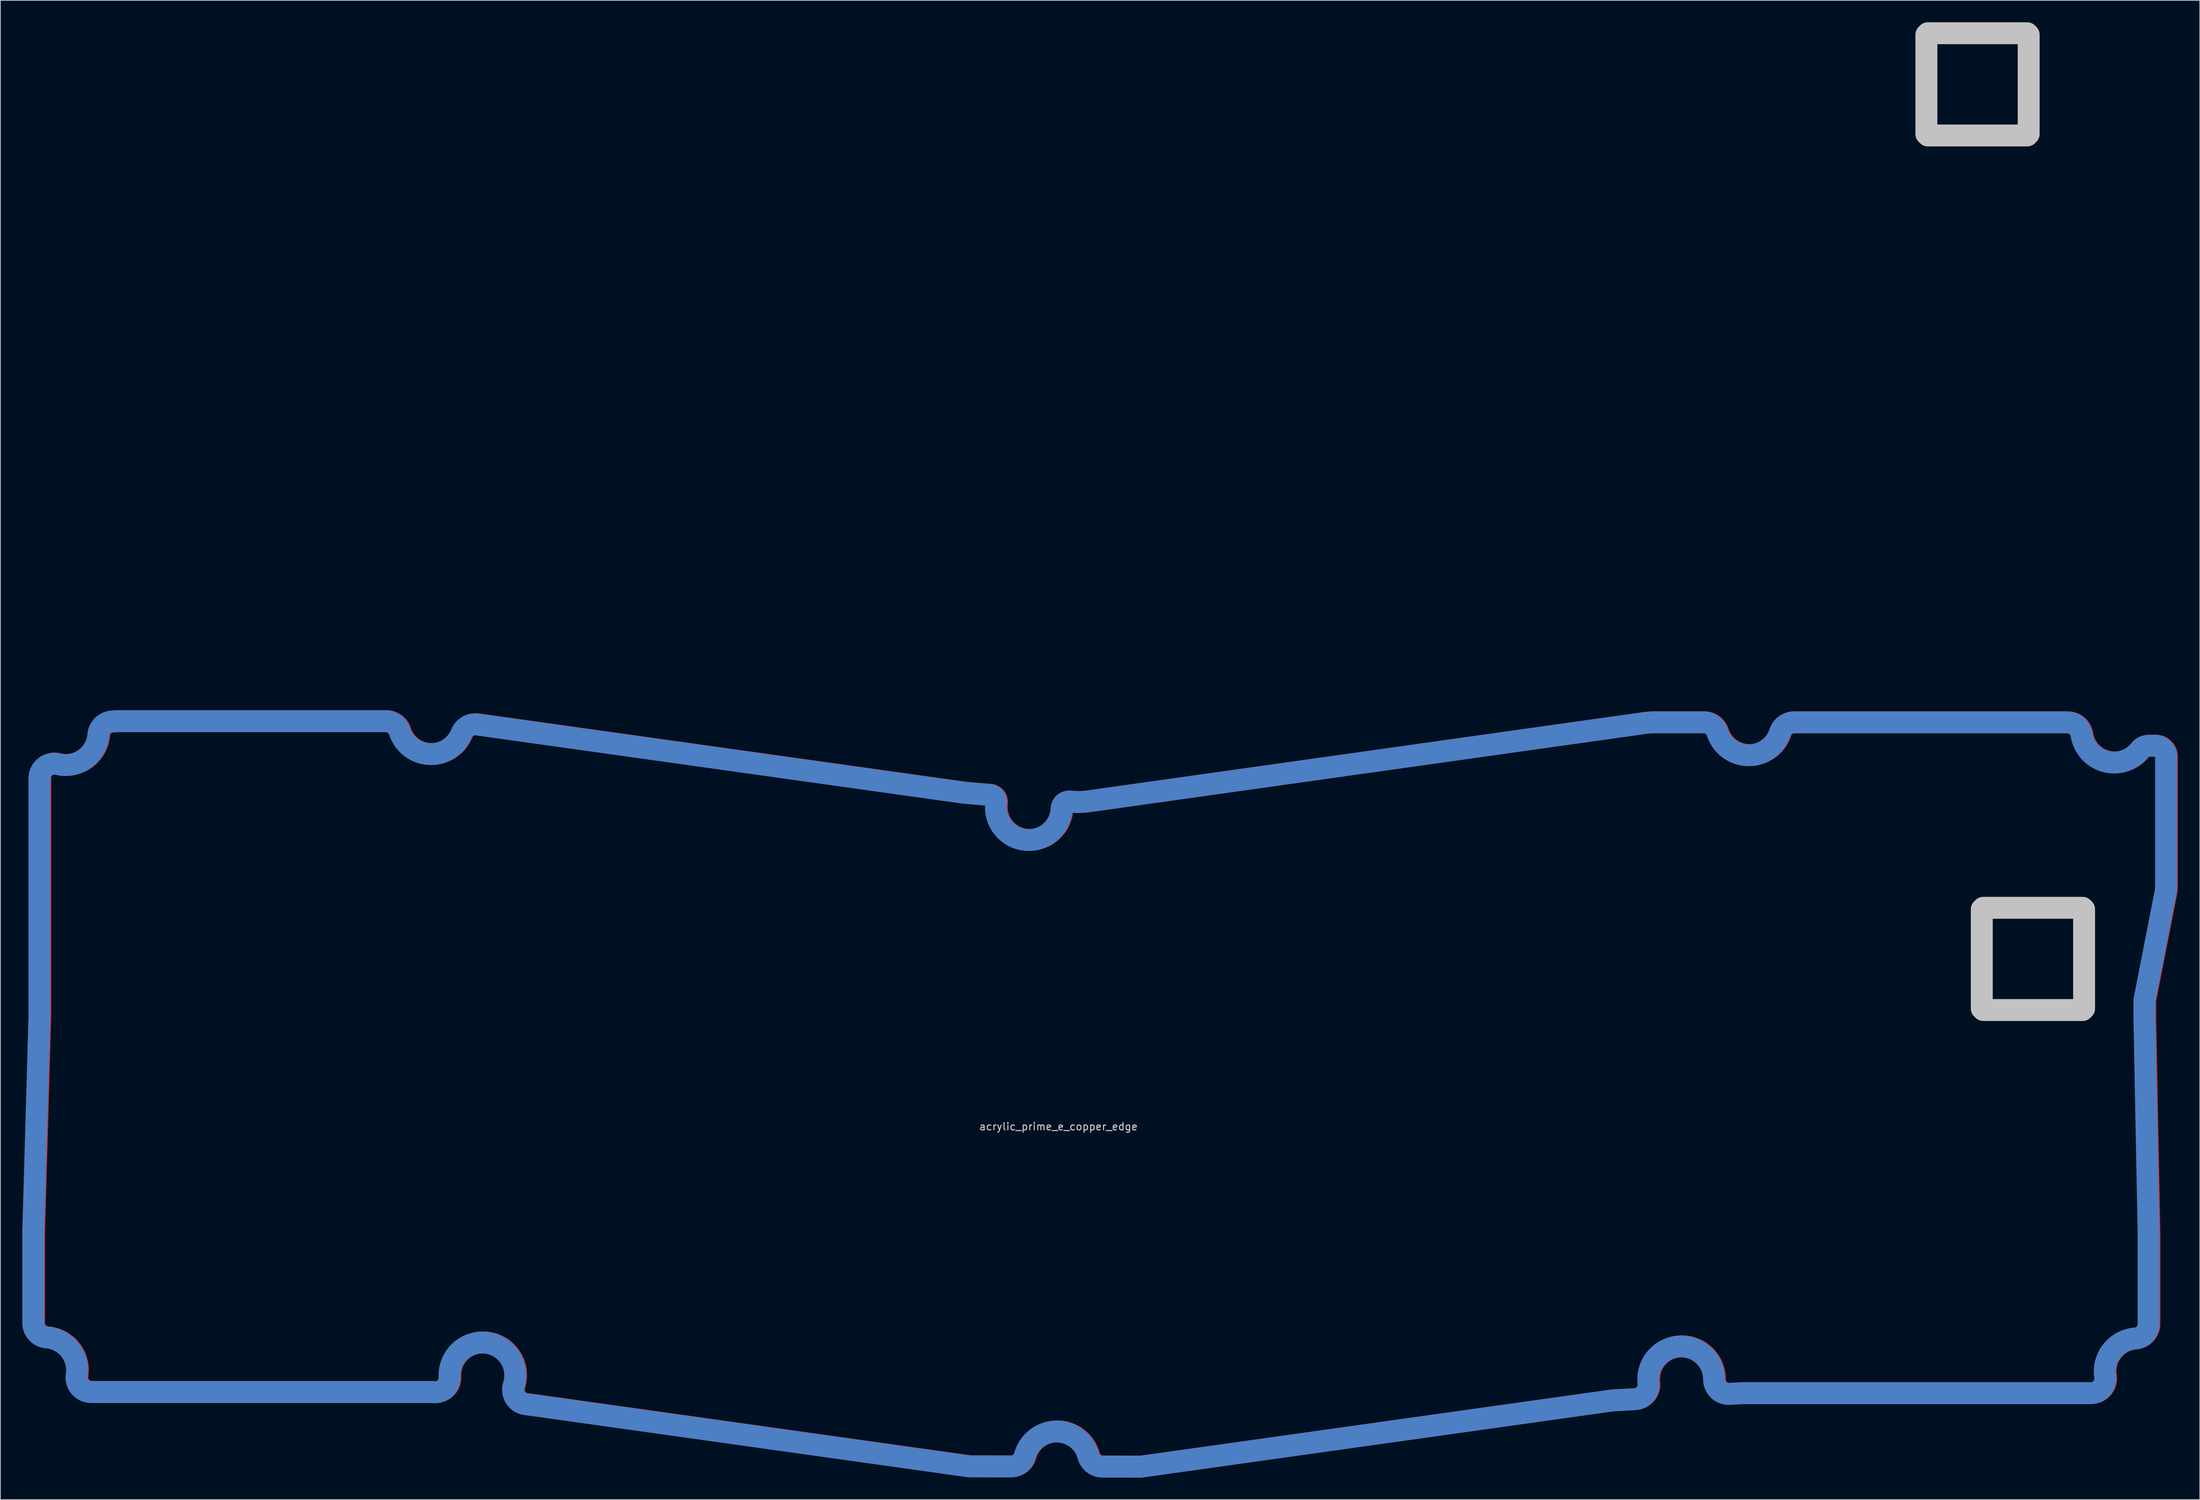
<source format=kicad_pcb>
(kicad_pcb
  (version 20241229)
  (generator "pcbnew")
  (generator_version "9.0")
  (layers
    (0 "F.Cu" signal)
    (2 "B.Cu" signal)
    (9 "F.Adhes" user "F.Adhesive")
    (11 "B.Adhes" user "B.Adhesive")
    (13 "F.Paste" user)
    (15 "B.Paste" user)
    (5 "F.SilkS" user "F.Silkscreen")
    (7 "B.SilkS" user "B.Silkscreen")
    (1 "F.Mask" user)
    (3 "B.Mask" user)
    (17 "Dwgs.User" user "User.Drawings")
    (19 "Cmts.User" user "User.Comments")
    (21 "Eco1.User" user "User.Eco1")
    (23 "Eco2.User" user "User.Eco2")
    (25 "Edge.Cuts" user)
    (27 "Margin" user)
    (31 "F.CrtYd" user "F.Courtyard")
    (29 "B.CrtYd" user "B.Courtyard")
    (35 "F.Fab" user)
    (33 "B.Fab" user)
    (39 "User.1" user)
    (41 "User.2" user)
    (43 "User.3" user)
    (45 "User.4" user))
  (footprint "acrylic_prime_e_copper_edge"
    (layer "F.Cu")
    (at 141.785 150.595)
    (property "Reference" "acrylic_prime_e_copper_edge" (at 0.028 0.635 0) (layer "Dwgs.User") (effects (font (size 1 1) (thickness 0.15))))
    (attr through_hole)
    (fp_line (start 118.808 -135.293) (end 118.808 -148.895) (stroke (width 3) (type solid)) (layer "Dwgs.User"))
    (fp_line (start 119.008 -149.095) (end 132.608 -149.095) (stroke (width 3) (type solid)) (layer "Dwgs.User"))
    (fp_line (start 126.392 -15.522) (end 126.392 -29.124) (stroke (width 3) (type solid)) (layer "Dwgs.User"))
    (fp_line (start 126.592 -29.324) (end 140.193 -29.324) (stroke (width 3) (type solid)) (layer "Dwgs.User"))
    (fp_line (start 132.608 -135.093) (end 119.008 -135.093) (stroke (width 3) (type solid)) (layer "Dwgs.User"))
    (fp_line (start 132.808 -148.895) (end 132.808 -135.293) (stroke (width 3) (type solid)) (layer "Dwgs.User"))
    (fp_line (start 140.193 -15.322) (end 126.592 -15.322) (stroke (width 3) (type solid)) (layer "Dwgs.User"))
    (fp_line (start 140.393 -29.124) (end 140.393 -15.522) (stroke (width 3) (type solid)) (layer "Dwgs.User"))
    (pad "1" smd custom (at -53.856 -50.559) (size 1.524 1.524) (layers "B.Cu" "B.Mask") (options (anchor circle)) (primitives (gr_arc (start 205.466221 18.244751) (mid 205.442992 18.72616) (end 205.373519 19.203096) (width 3)) (gr_line (start 44.44 5.781) (end 41.056 5.498) (width 3)) (gr_line (start 55.727 6.724) (end 55.393 6.696) (width 3)) (gr_arc (start -84.58532 80.074588) (mid -85.897594 79.438595) (end -86.429231 78.080688) (width 3)) (gr_arc (start 142.159834 -4.158786) (mid 143.336521 -3.775978) (end 144.062776 -2.774136) (width 3)) (gr_line (start -86.429 65.642) (end -86.429 78.081) (width 3)) (gr_arc (start 203.966221 -0.949007) (mid 205.026881 -0.509667) (end 205.466221 0.550993) (width 3)) (gr_arc (start -77.522821 -2.439663) (mid -79.385708 0.846898) (end -83.0964 1.555836) (width 3)) (gr_line (start 41.653 97.735) (end 47.345 97.745) (width 3)) (gr_line (start 203.074 65.791) (end 202.507 36.436) (width 3)) (gr_arc (start 134.630891 86.314841) (mid 138.85166 81.316963) (end 143.602477 85.814009) (width 3)) (gr_arc (start -29.458182 85.490676) (mid -24.383515 80.809084) (end -20.67421 86.632366) (width 3)) (gr_arc (start -27.831414 -2.634089) (mid -32.162639 0.186889) (end -36.289203 -2.92581) (width 3)) (gr_arc (start -84.58532 80.074588) (mid -81.409219 81.766556) (end -80.488914 85.245552) (width 3)) (gr_arc (start 197.128463 85.401191) (mid 196.693041 86.982046) (end 195.22178 87.705983) (width 3)) (gr_arc (start -77.52282 -2.439663) (mid -76.961534 -3.671163) (end -75.744563 -4.26329) (width 3)) (gr_arc (start 59.891594 97.767416) (mid 58.677287 97.353835) (end 57.964022 96.287605) (width 3)) (gr_arc (start 197.128464 85.401192) (mid 198.048172 81.918373) (end 201.228123 80.226098) (width 3)) (gr_arc (start -38.192172 -4.310421) (mid -37.015478 -3.927637) (end -36.289203 -2.92581) (width 3)) (gr_line (start 203.074 78.232) (end 203.074 65.791) (width 3)) (gr_arc (start 134.28706 -4.091647) (mid 134.716884 -4.131119) (end 135.14762 -4.158928) (width 3)) (gr_line (start -38.192 -4.31) (end -74.87 -4.31) (width 3)) (gr_line (start -17.778 89.383) (end 41.653 97.735) (width 3)) (gr_arc (start 191.994418 -4.152513) (mid 193.250028 -3.649667) (end 193.898477 -2.462686) (width 3)) (gr_line (start -19.026 89.22) (end -17.778 89.383) (width 3)) (gr_arc (start 152.626143 -2.773964) (mid 153.352439 -3.775777) (end 154.529142 -4.158536) (width 3)) (gr_arc (start 54.311097 7.649315) (mid 49.440614 11.939327) (end 45.349577 6.900555) (width 3)) (gr_line (start -78.299 87.554) (end -31.851 87.554) (width 3)) (gr_line (start 202.507 33.881) (end 205.374 19.203) (width 3)) (gr_line (start 134.287 -4.092) (end 57.955 6.661) (width 3)) (gr_arc (start 201.881902 -0.376172) (mid 197.206607 1.196097) (end 193.898477 -2.462686) (width 3)) (gr_line (start -31.851 87.554) (end -31.714 87.571) (width 3)) (gr_arc (start -78.29902 87.553567) (mid -78.440407 87.552338) (end -78.581751 87.548649) (width 3)) (gr_arc (start -85.580346 3.496401) (mid -84.811627 1.920347) (end -83.0964 1.555836) (width 3)) (gr_arc (start 49.278004 96.271997) (mid 53.626982 92.95803) (end 57.964022 96.287605) (width 3)) (gr_arc (start 201.881903 -0.376171) (mid 202.405582 -0.798219) (end 203.061042 -0.949007) (width 3)) (gr_line (start -85.58 36.039) (end -86.429 65.642) (width 3)) (gr_arc (start -27.831414 -2.634088) (mid -26.97749 -3.619868) (end -25.697426 -3.869638) (width 3)) (gr_arc (start 134.630891 86.314841) (mid 134.171527 87.829652) (end 132.754993 88.536121) (width 3)) (gr_arc (start 203.073742 78.232065) (mid 202.541523 79.590601) (end 201.228123 80.226098) (width 3)) (gr_arc (start 49.278004 96.271995) (mid 48.560911 97.335654) (end 47.345125 97.744869) (width 3)) (gr_line (start 205.466 18.245) (end 205.466 0.551) (width 3)) (gr_arc (start -75.744563 -4.263291) (mid -75.307926 -4.29863) (end -74.87002 -4.310421) (width 3)) (gr_line (start 41.056 5.498) (end -25.697 -3.87) (width 3)) (gr_line (start 129.653 88.709) (end 132.755 88.536) (width 3)) (gr_arc (start 44.440458 5.780827) (mid 45.133533 6.147038) (end 45.349577 6.900555) (width 3)) (gr_line (start 147.537 87.711) (end 194.938 87.711) (width 3)) (gr_arc (start 54.311097 7.649316) (mid 54.64919 6.9421) (end 55.393426 6.695981) (width 3)) (gr_arc (start 191.701653 -4.157783) (mid 191.84806 -4.156464) (end 191.994419 -4.152513) (width 3)) (gr_arc (start -19.02563 89.220491) (mid -20.454703 88.311662) (end -20.67421 86.632366) (width 3)) (gr_arc (start -29.458182 85.490677) (mid -30.099674 87.058066) (end -31.713589 87.571384) (width 3)) (gr_line (start -85.58 3.496) (end -85.58 36.039) (width 3)) (gr_line (start 59.892 97.767) (end 65.141 97.777) (width 3)) (gr_line (start 65.141 97.777) (end 129.653 88.709) (width 3)) (gr_line (start 191.702 -4.158) (end 154.529 -4.159) (width 3)) (gr_arc (start 152.626142 -2.773964) (mid 148.344397 0.341325) (end 144.062776 -2.774136) (width 3)) (gr_arc (start 57.954899 6.660847) (mid 56.842909 6.754607) (end 55.727396 6.723885) (width 3)) (gr_line (start 202.507 36.436) (end 202.507 33.881) (width 3)) (gr_arc (start -78.58175 87.548648) (mid -80.052609 86.825451) (end -80.488914 85.245552) (width 3)) (gr_line (start 203.966 -0.949) (end 203.061 -0.949) (width 3)) (gr_arc (start 145.713952 87.812697) (mid 144.227588 87.26828) (end 143.602477 85.814009) (width 3)) (gr_line (start 142.16 -4.159) (end 135.148 -4.159) (width 3)) (gr_arc (start 195.221779 87.705984) (mid 195.079901 87.709697) (end 194.937979 87.710935) (width 3)) (gr_line (start 145.714 87.813) (end 147.537 87.711) (width 3))))
    (pad "1" smd custom (at -53.739 -50.584) (size 1.524 1.524) (layers "F.Cu" "F.Mask") (options (anchor circle)) (primitives (gr_arc (start 205.466221 18.244751) (mid 205.442992 18.72616) (end 205.373519 19.203096) (width 3)) (gr_line (start 44.44 5.781) (end 41.056 5.498) (width 3)) (gr_line (start 55.727 6.724) (end 55.393 6.696) (width 3)) (gr_arc (start -84.58532 80.074588) (mid -85.897594 79.438595) (end -86.429231 78.080688) (width 3)) (gr_arc (start 142.159834 -4.158786) (mid 143.336521 -3.775978) (end 144.062776 -2.774136) (width 3)) (gr_line (start -86.429 65.642) (end -86.429 78.081) (width 3)) (gr_arc (start 203.966221 -0.949007) (mid 205.026881 -0.509667) (end 205.466221 0.550993) (width 3)) (gr_arc (start -77.522821 -2.439663) (mid -79.385708 0.846898) (end -83.0964 1.555836) (width 3)) (gr_line (start 41.653 97.735) (end 47.345 97.745) (width 3)) (gr_line (start 203.074 65.791) (end 202.507 36.436) (width 3)) (gr_arc (start 134.630891 86.314841) (mid 138.85166 81.316963) (end 143.602477 85.814009) (width 3)) (gr_arc (start -29.458182 85.490676) (mid -24.383515 80.809084) (end -20.67421 86.632366) (width 3)) (gr_arc (start -27.831414 -2.634089) (mid -32.162639 0.186889) (end -36.289203 -2.92581) (width 3)) (gr_arc (start -84.58532 80.074588) (mid -81.409219 81.766556) (end -80.488914 85.245552) (width 3)) (gr_arc (start 197.128463 85.401191) (mid 196.693041 86.982046) (end 195.22178 87.705983) (width 3)) (gr_arc (start -77.52282 -2.439663) (mid -76.961534 -3.671163) (end -75.744563 -4.26329) (width 3)) (gr_arc (start 59.891594 97.767416) (mid 58.677287 97.353835) (end 57.964022 96.287605) (width 3)) (gr_arc (start 197.128464 85.401192) (mid 198.048172 81.918373) (end 201.228123 80.226098) (width 3)) (gr_arc (start -38.192172 -4.310421) (mid -37.015478 -3.927637) (end -36.289203 -2.92581) (width 3)) (gr_line (start 203.074 78.232) (end 203.074 65.791) (width 3)) (gr_arc (start 134.28706 -4.091647) (mid 134.716884 -4.131119) (end 135.14762 -4.158928) (width 3)) (gr_line (start -38.192 -4.31) (end -74.87 -4.31) (width 3)) (gr_line (start -17.778 89.383) (end 41.653 97.735) (width 3)) (gr_arc (start 191.994418 -4.152513) (mid 193.250028 -3.649667) (end 193.898477 -2.462686) (width 3)) (gr_line (start -19.026 89.22) (end -17.778 89.383) (width 3)) (gr_arc (start 152.626143 -2.773964) (mid 153.352439 -3.775777) (end 154.529142 -4.158536) (width 3)) (gr_arc (start 54.311097 7.649315) (mid 49.440614 11.939327) (end 45.349577 6.900555) (width 3)) (gr_line (start -78.299 87.554) (end -31.851 87.554) (width 3)) (gr_line (start 202.507 33.881) (end 205.374 19.203) (width 3)) (gr_line (start 134.287 -4.092) (end 57.955 6.661) (width 3)) (gr_arc (start 201.881902 -0.376172) (mid 197.206607 1.196097) (end 193.898477 -2.462686) (width 3)) (gr_line (start -31.851 87.554) (end -31.714 87.571) (width 3)) (gr_arc (start -78.29902 87.553567) (mid -78.440407 87.552338) (end -78.581751 87.548649) (width 3)) (gr_arc (start -85.580346 3.496401) (mid -84.811627 1.920347) (end -83.0964 1.555836) (width 3)) (gr_arc (start 49.278004 96.271997) (mid 53.626982 92.95803) (end 57.964022 96.287605) (width 3)) (gr_arc (start 201.881903 -0.376171) (mid 202.405582 -0.798219) (end 203.061042 -0.949007) (width 3)) (gr_line (start -85.58 36.039) (end -86.429 65.642) (width 3)) (gr_arc (start -27.831414 -2.634088) (mid -26.97749 -3.619868) (end -25.697426 -3.869638) (width 3)) (gr_arc (start 134.630891 86.314841) (mid 134.171527 87.829652) (end 132.754993 88.536121) (width 3)) (gr_arc (start 203.073742 78.232065) (mid 202.541523 79.590601) (end 201.228123 80.226098) (width 3)) (gr_arc (start 49.278004 96.271995) (mid 48.560911 97.335654) (end 47.345125 97.744869) (width 3)) (gr_line (start 205.466 18.245) (end 205.466 0.551) (width 3)) (gr_arc (start -75.744563 -4.263291) (mid -75.307926 -4.29863) (end -74.87002 -4.310421) (width 3)) (gr_line (start 41.056 5.498) (end -25.697 -3.87) (width 3)) (gr_line (start 129.653 88.709) (end 132.755 88.536) (width 3)) (gr_arc (start 44.440458 5.780827) (mid 45.133533 6.147038) (end 45.349577 6.900555) (width 3)) (gr_line (start 147.537 87.711) (end 194.938 87.711) (width 3)) (gr_arc (start 54.311097 7.649316) (mid 54.64919 6.9421) (end 55.393426 6.695981) (width 3)) (gr_arc (start 191.701653 -4.157783) (mid 191.84806 -4.156464) (end 191.994419 -4.152513) (width 3)) (gr_arc (start -19.02563 89.220491) (mid -20.454703 88.311662) (end -20.67421 86.632366) (width 3)) (gr_arc (start -29.458182 85.490677) (mid -30.099674 87.058066) (end -31.713589 87.571384) (width 3)) (gr_line (start -85.58 3.496) (end -85.58 36.039) (width 3)) (gr_line (start 59.892 97.767) (end 65.141 97.777) (width 3)) (gr_line (start 65.141 97.777) (end 129.653 88.709) (width 3)) (gr_line (start 191.702 -4.158) (end 154.529 -4.159) (width 3)) (gr_arc (start 152.626142 -2.773964) (mid 148.344397 0.341325) (end 144.062776 -2.774136) (width 3)) (gr_arc (start 57.954899 6.660847) (mid 56.842909 6.754607) (end 55.727396 6.723885) (width 3)) (gr_line (start 202.507 36.436) (end 202.507 33.881) (width 3)) (gr_arc (start -78.58175 87.548648) (mid -80.052609 86.825451) (end -80.488914 85.245552) (width 3)) (gr_line (start 203.966 -0.949) (end 203.061 -0.949) (width 3)) (gr_arc (start 145.713952 87.812697) (mid 144.227588 87.26828) (end 143.602477 85.814009) (width 3)) (gr_line (start 142.16 -4.159) (end 135.148 -4.159) (width 3)) (gr_arc (start 195.221779 87.705984) (mid 195.079901 87.709697) (end 194.937979 87.710935) (width 3)) (gr_line (start 145.714 87.813) (end 147.537 87.711) (width 3)))))
  (gr_rect
    (start -3 -3)
    (end 298.012 202.313)
    (stroke (width 0.1) (type default))
    (fill no)
    (layer "Edge.Cuts")))
</source>
